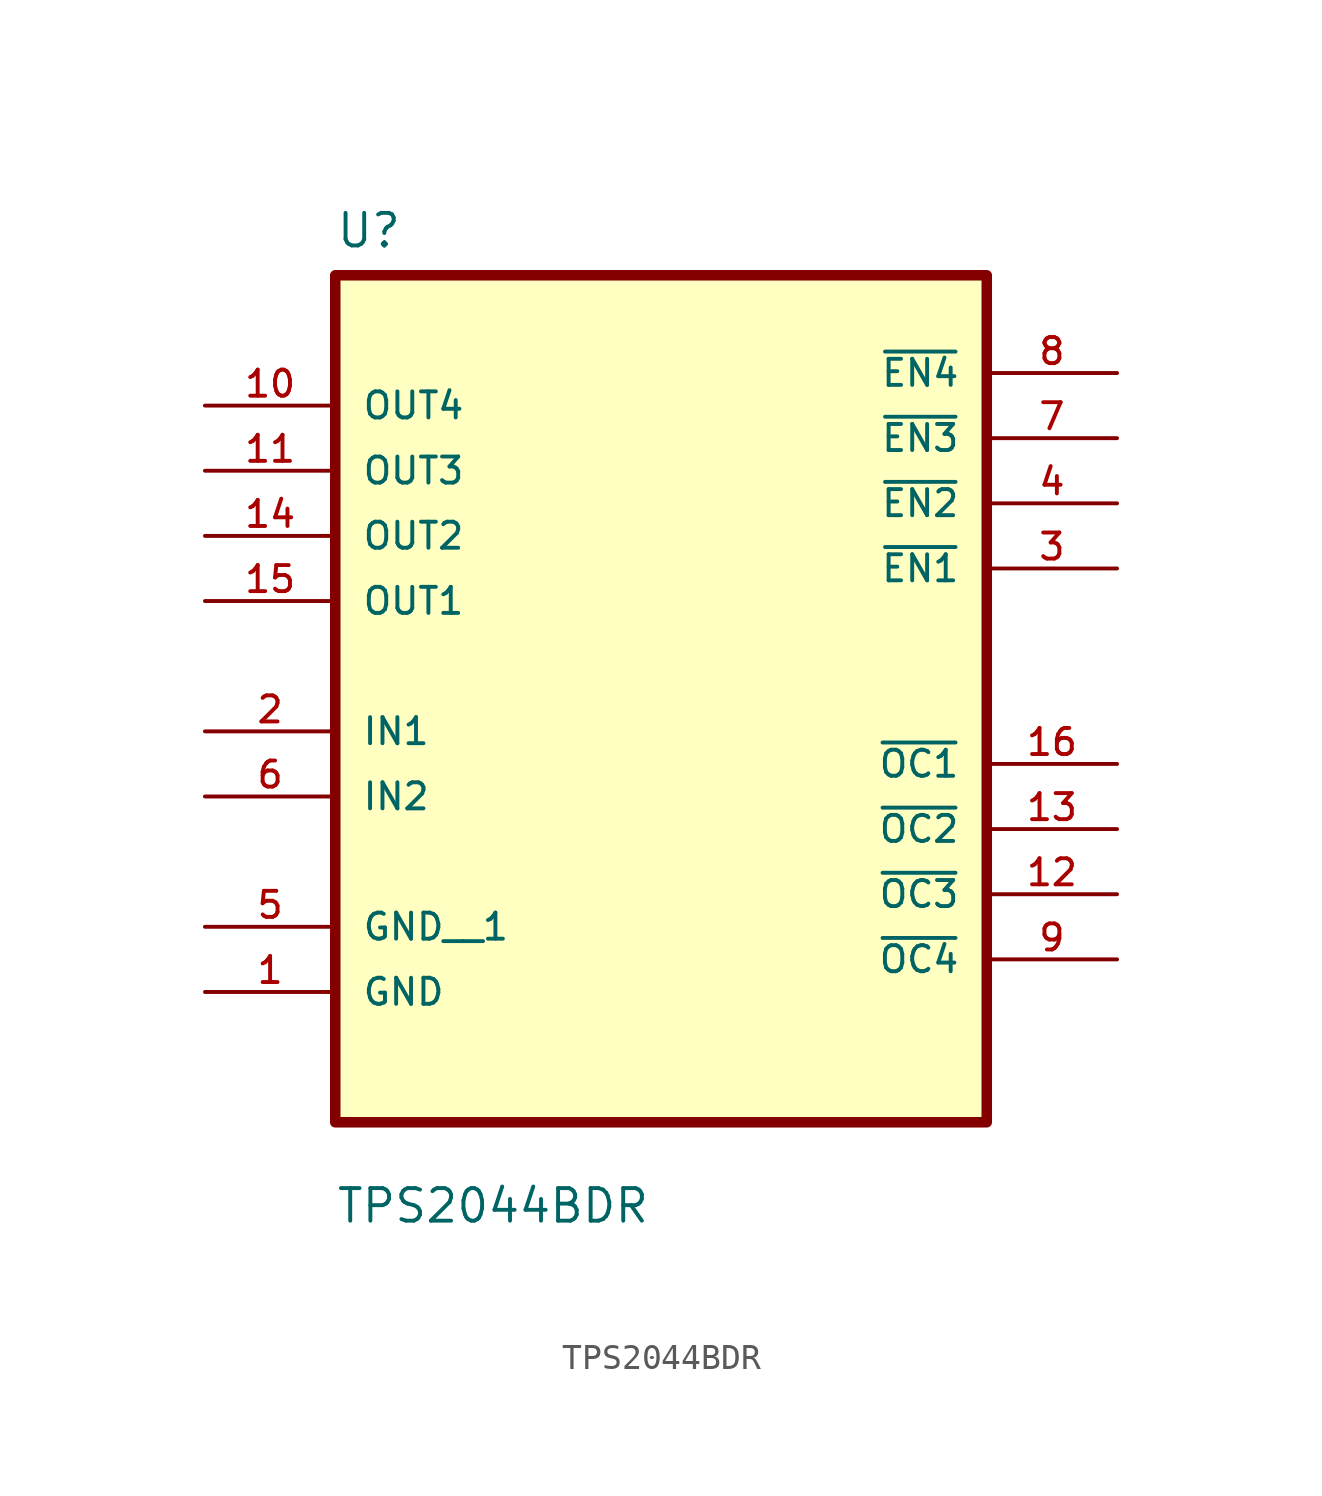
<source format=kicad_sym>
(kicad_symbol_lib
  (version 20241209)
  (generator "kicad_symbol_editor")
  (generator_version "9.0")
  (symbol "TPS2044BDR"
    (pin_names
      (offset 1.016))
    (property "Reference" "U"
      (at -12.7 16.24 0)
      (effects (font (size 1.27 1.27)) (justify left bottom)))
    (property "Value" "TPS2044BDR"
      (at -12.7 -21.78 0)
      (effects (font (size 1.27 1.27)) (justify left bottom)))
    (symbol "TPS2044BDR_0_0"
      (rectangle (start -12.7 15.24) (end 12.7 -17.78) (stroke (width 0.41) (type default)) (fill (type background)))
      (pin output line (at -17.78 10.16 0) (length 5.08) (name "OUT4" (effects (font (size 1.016 1.016)))) (number "10" (effects (font (size 1.016 1.016)))))
      (pin output line (at -17.78 7.62 0) (length 5.08) (name "OUT3" (effects (font (size 1.016 1.016)))) (number "11" (effects (font (size 1.016 1.016)))))
      (pin output line (at -17.78 5.08 0) (length 5.08) (name "OUT2" (effects (font (size 1.016 1.016)))) (number "14" (effects (font (size 1.016 1.016)))))
      (pin output line (at -17.78 2.54 0) (length 5.08) (name "OUT1" (effects (font (size 1.016 1.016)))) (number "15" (effects (font (size 1.016 1.016)))))
      (pin input line (at -17.78 -2.54 0) (length 5.08) (name "IN1" (effects (font (size 1.016 1.016)))) (number "2" (effects (font (size 1.016 1.016)))))
      (pin input line (at -17.78 -5.08 0) (length 5.08) (name "IN2" (effects (font (size 1.016 1.016)))) (number "6" (effects (font (size 1.016 1.016)))))
      (pin power_in line (at -17.78 -10.16 0) (length 5.08) (name "GND__1" (effects (font (size 1.016 1.016)))) (number "5" (effects (font (size 1.016 1.016)))))
      (pin power_in line (at -17.78 -12.7 0) (length 5.08) (name "GND" (effects (font (size 1.016 1.016)))) (number "1" (effects (font (size 1.016 1.016)))))
      (pin input line (at 17.78 11.43 180) (length 5.08) (name "~{EN4}" (effects (font (size 1.016 1.016)))) (number "8" (effects (font (size 1.016 1.016)))))
      (pin input line (at 17.78 8.89 180) (length 5.08) (name "~{EN3}" (effects (font (size 1.016 1.016)))) (number "7" (effects (font (size 1.016 1.016)))))
      (pin input line (at 17.78 6.35 180) (length 5.08) (name "~{EN2}" (effects (font (size 1.016 1.016)))) (number "4" (effects (font (size 1.016 1.016)))))
      (pin input line (at 17.78 3.81 180) (length 5.08) (name "~{EN1}" (effects (font (size 1.016 1.016)))) (number "3" (effects (font (size 1.016 1.016)))))
      (pin output line (at 17.78 -3.81 180) (length 5.08) (name "~{OC1}" (effects (font (size 1.016 1.016)))) (number "16" (effects (font (size 1.016 1.016)))))
      (pin output line (at 17.78 -6.35 180) (length 5.08) (name "~{OC2}" (effects (font (size 1.016 1.016)))) (number "13" (effects (font (size 1.016 1.016)))))
      (pin output line (at 17.78 -8.89 180) (length 5.08) (name "~{OC3}" (effects (font (size 1.016 1.016)))) (number "12" (effects (font (size 1.016 1.016)))))
      (pin output line (at 17.78 -11.43 180) (length 5.08) (name "~{OC4}" (effects (font (size 1.016 1.016)))) (number "9" (effects (font (size 1.016 1.016))))))))
</source>
